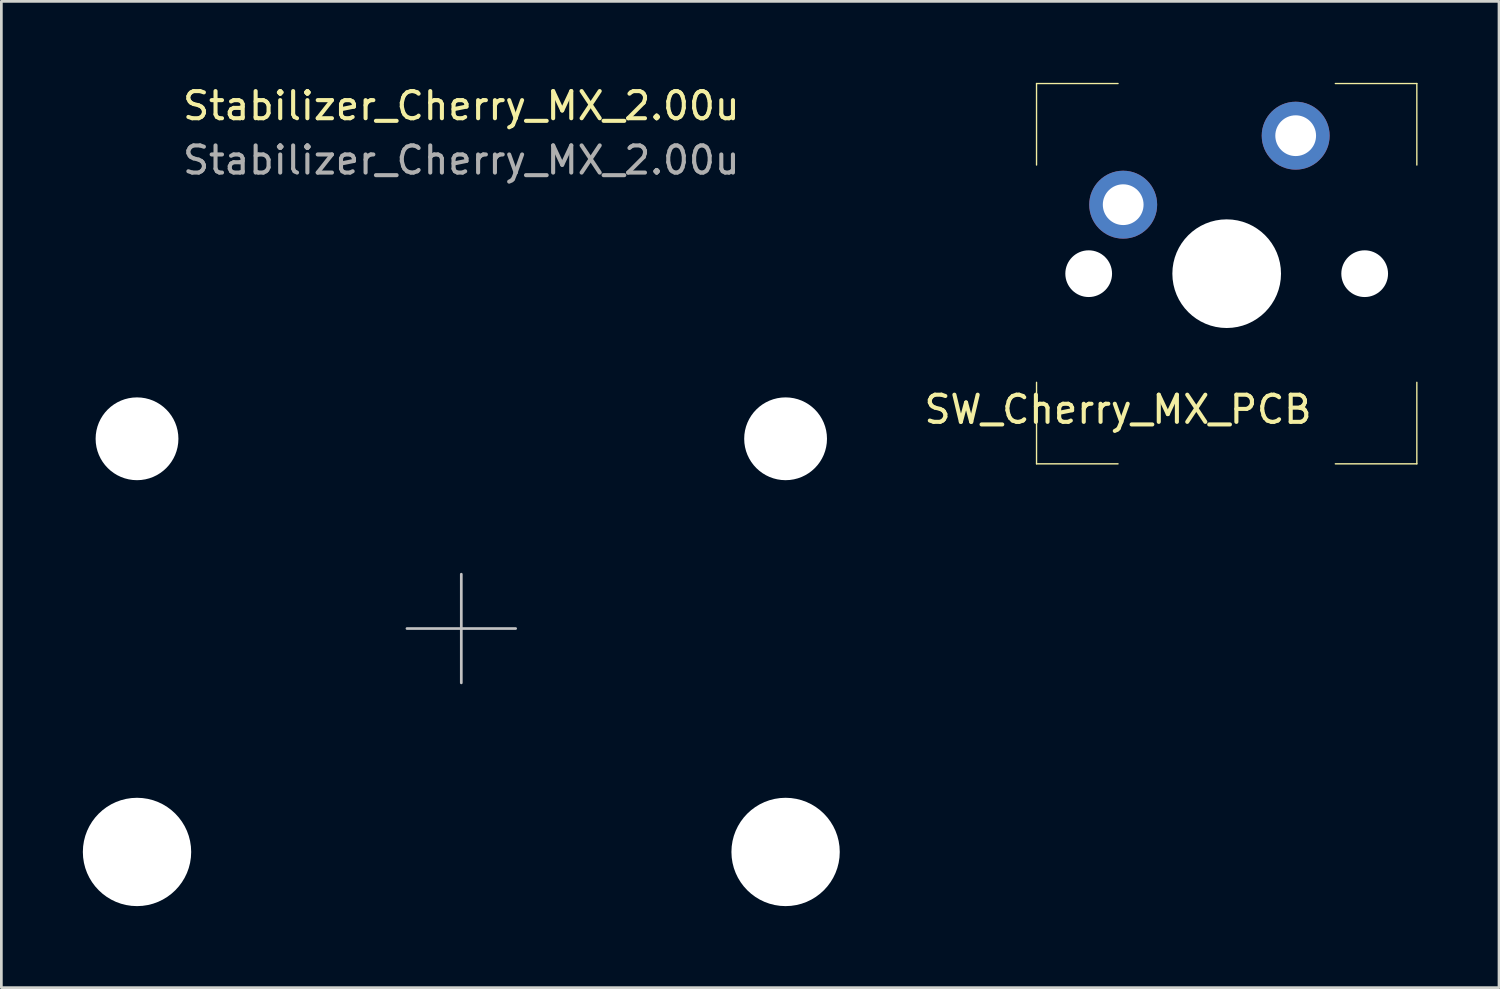
<source format=kicad_pcb>
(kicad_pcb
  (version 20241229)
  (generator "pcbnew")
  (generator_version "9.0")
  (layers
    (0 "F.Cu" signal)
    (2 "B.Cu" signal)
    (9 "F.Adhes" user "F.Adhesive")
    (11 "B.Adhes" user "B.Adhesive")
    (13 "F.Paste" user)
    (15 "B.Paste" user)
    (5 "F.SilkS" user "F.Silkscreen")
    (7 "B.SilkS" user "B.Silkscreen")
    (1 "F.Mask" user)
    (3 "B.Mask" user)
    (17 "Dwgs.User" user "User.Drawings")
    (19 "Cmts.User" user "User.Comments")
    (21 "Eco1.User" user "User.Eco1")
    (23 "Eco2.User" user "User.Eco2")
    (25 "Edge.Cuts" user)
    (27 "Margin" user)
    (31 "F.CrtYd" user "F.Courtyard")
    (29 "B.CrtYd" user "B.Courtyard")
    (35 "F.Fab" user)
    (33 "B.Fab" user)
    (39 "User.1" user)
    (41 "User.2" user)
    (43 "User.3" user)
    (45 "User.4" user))
  (footprint "Stabilizer_Cherry_MX_2.00u"
    (layer "F.Cu")
    (at 13.932 20.088)
    (property "Reference" "Stabilizer_Cherry_MX_2.00u" (at 0 -19.24 0) (layer "F.SilkS") (effects (font (size 1 1) (thickness 0.15))))
    (attr exclude_from_pos_files exclude_from_bom)
    (fp_line (start 2.54 -2.54) (end -2.54 2.54) (stroke (width 0.4) (type solid)) (layer "B.Paste"))
    (fp_line (start 2.54 2.54) (end -2.54 -2.54) (stroke (width 0.4) (type solid)) (layer "B.Paste"))
    (fp_line (start -2 0) (end 2 0) (stroke (width 0.1) (type solid)) (layer "Dwgs.User"))
    (fp_line (start 0 2) (end 0 -2) (stroke (width 0.1) (type solid)) (layer "Dwgs.User"))
    (fp_text user "${REFERENCE}" (at 0 -17.24 0) (layer "F.Fab") (effects (font (size 1 1) (thickness 0.15))))
    (pad "" np_thru_hole circle (at -11.938 -6.985) (size 3.048 3.048) (drill 3.048) (layers "*.Cu" "*.Mask"))
    (pad "" np_thru_hole circle (at -11.938 8.225) (size 3.988 3.988) (drill 3.988) (layers "*.Cu" "*.Mask"))
    (pad "" np_thru_hole circle (at 11.938 -6.985) (size 3.048 3.048) (drill 3.048) (layers "*.Cu" "*.Mask"))
    (pad "" np_thru_hole circle (at 11.938 8.225) (size 3.988 3.988) (drill 3.988) (layers "*.Cu" "*.Mask")))
  (footprint "SW_Cherry_MX_PCB"
    (layer "F.Cu")
    (at 42.108 7.025)
    (property "Reference" "SW_Cherry_MX_PCB" (at -4 5 0) (layer "F.SilkS") (effects (font (size 1 1) (thickness 0.15))))
    (attr through_hole)
    (fp_line (start -7 -7) (end -4 -7) (stroke (width 0.05) (type solid)) (layer "F.SilkS"))
    (fp_line (start -7 -4) (end -7 -7) (stroke (width 0.05) (type solid)) (layer "F.SilkS"))
    (fp_line (start -7 7) (end -7 4) (stroke (width 0.05) (type solid)) (layer "F.SilkS"))
    (fp_line (start -4 7) (end -7 7) (stroke (width 0.05) (type solid)) (layer "F.SilkS"))
    (fp_line (start 7 -7) (end 4 -7) (stroke (width 0.05) (type solid)) (layer "F.SilkS"))
    (fp_line (start 7 -7) (end 7 -4) (stroke (width 0.05) (type solid)) (layer "F.SilkS"))
    (fp_line (start 7 7) (end 4 7) (stroke (width 0.05) (type solid)) (layer "F.SilkS"))
    (fp_line (start 7 7) (end 7 4) (stroke (width 0.05) (type solid)) (layer "F.SilkS"))
    (pad "" np_thru_hole circle (at -5.08 0) (size 1.72 1.72) (drill 1.72) (layers "*.Cu" "*.Mask"))
    (pad "" np_thru_hole circle (at 0 0) (size 4 4) (drill 4) (layers "*.Cu" "*.Mask"))
    (pad "" np_thru_hole circle (at 5.08 0) (size 1.72 1.72) (drill 1.72) (layers "*.Cu" "*.Mask"))
    (pad "1" thru_hole circle (at -3.81 -2.54) (size 2.5 2.5) (drill 1.5) (layers "*.Cu" "*.Mask"))
    (pad "2" thru_hole circle (at 2.54 -5.08) (size 2.5 2.5) (drill 1.5) (layers "*.Cu" "*.Mask")))
  (gr_rect
    (start -3 -3)
    (end 52.133 33.307)
    (stroke (width 0.1) (type default))
    (fill no)
    (layer "Edge.Cuts")))
</source>
